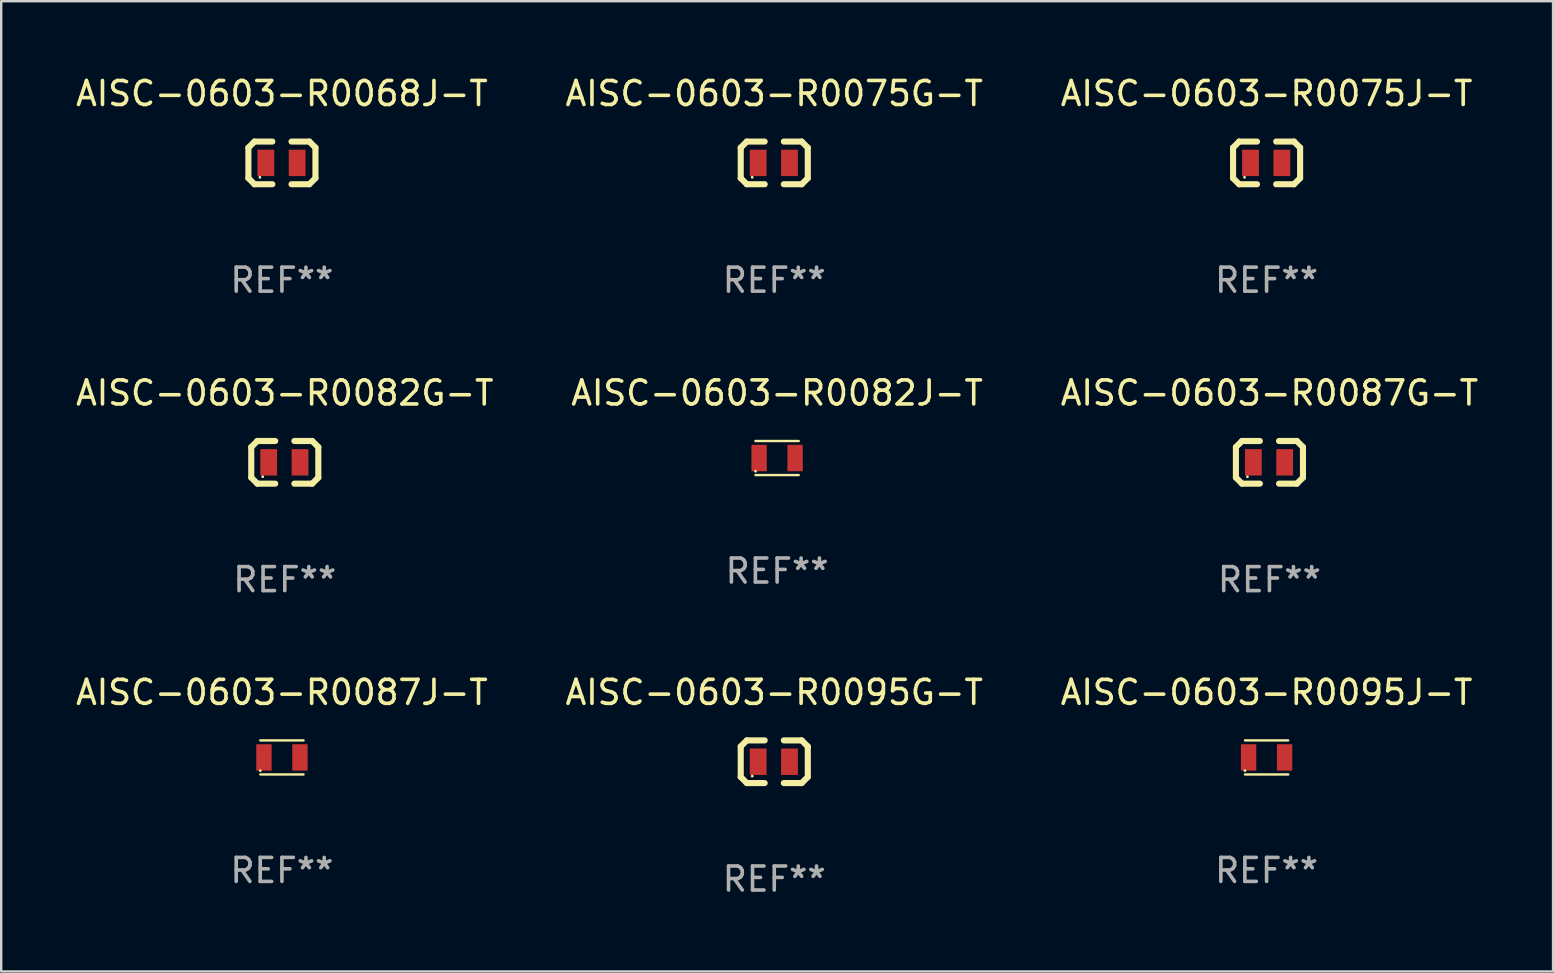
<source format=kicad_pcb>
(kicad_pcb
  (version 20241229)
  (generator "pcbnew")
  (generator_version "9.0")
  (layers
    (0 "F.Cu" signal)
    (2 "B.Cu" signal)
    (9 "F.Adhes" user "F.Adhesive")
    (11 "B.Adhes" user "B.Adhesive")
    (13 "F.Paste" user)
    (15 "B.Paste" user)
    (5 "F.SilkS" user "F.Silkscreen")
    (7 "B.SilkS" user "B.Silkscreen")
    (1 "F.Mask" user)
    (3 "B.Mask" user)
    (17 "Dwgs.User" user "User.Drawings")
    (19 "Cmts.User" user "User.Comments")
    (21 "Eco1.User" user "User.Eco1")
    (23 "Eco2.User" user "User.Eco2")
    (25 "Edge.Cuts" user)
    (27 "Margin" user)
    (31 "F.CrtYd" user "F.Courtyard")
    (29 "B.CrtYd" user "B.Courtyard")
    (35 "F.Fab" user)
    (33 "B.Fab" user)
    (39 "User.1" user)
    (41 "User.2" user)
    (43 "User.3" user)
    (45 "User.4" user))
  (footprint "AISC-0603-R0082J-T"
    (layer "F.Cu")
    (at 29.327 16.033)
    (property "Reference" "AISC-0603-R0082J-T" (at 0 -2.71 0) (layer "F.SilkS") (effects (font (size 1 1) (thickness 0.15))))
    (attr through_hole)
    (fp_line (start -0.9 -0.71) (end 0.9 -0.71) (stroke (width 0.1) (type solid)) (layer "F.SilkS"))
    (fp_line (start 0.9 0.71) (end -0.9 0.71) (stroke (width 0.1) (type solid)) (layer "F.SilkS"))
    (fp_circle (center -0.9 0.55) (end -0.87 0.55) (stroke (width 0.06) (type solid)) (fill no) (layer "F.SilkS"))
    (fp_text user "REF**" (at 0 4.71 0) (layer "F.Fab") (effects (font (size 1 1) (thickness 0.15))))
    (pad "1" smd rect (at -0.75 0) (size 0.64 1.1) (layers "F.Cu" "F.Mask" "F.Paste"))
    (pad "2" smd rect (at 0.75 0) (size 0.64 1.1) (layers "F.Cu" "F.Mask" "F.Paste")))
  (footprint "AISC-0603-R0095G-T"
    (layer "F.Cu")
    (at 29.208 28.686)
    (property "Reference" "AISC-0603-R0095G-T" (at 0 -2.889 0) (layer "F.SilkS") (effects (font (size 1 1) (thickness 0.15))))
    (attr through_hole)
    (fp_line (start -1.397 -0.635) (end -1.397 0.635) (stroke (width 0.254) (type solid)) (layer "F.SilkS"))
    (fp_line (start -1.397 0.635) (end -1.143 0.889) (stroke (width 0.254) (type solid)) (layer "F.SilkS"))
    (fp_line (start -1.143 -0.889) (end -1.397 -0.635) (stroke (width 0.254) (type solid)) (layer "F.SilkS"))
    (fp_line (start -1.143 -0.889) (end -0.399 -0.889) (stroke (width 0.254) (type solid)) (layer "F.SilkS"))
    (fp_line (start -1.143 0.889) (end -0.399 0.889) (stroke (width 0.254) (type solid)) (layer "F.SilkS"))
    (fp_line (start 1.143 -0.889) (end 0.399 -0.889) (stroke (width 0.254) (type solid)) (layer "F.SilkS"))
    (fp_line (start 1.143 0.889) (end 0.399 0.889) (stroke (width 0.254) (type solid)) (layer "F.SilkS"))
    (fp_line (start 1.143 0.889) (end 1.397 0.635) (stroke (width 0.254) (type solid)) (layer "F.SilkS"))
    (fp_line (start 1.397 -0.635) (end 1.143 -0.889) (stroke (width 0.254) (type solid)) (layer "F.SilkS"))
    (fp_line (start 1.397 0.635) (end 1.397 -0.635) (stroke (width 0.254) (type solid)) (layer "F.SilkS"))
    (fp_circle (center -0.918 0.6) (end -0.888 0.6) (stroke (width 0.06) (type solid)) (fill no) (layer "F.SilkS"))
    (fp_text user "REF**" (at 0 4.889 0) (layer "F.Fab") (effects (font (size 1 1) (thickness 0.15))))
    (pad "1" smd rect (at -0.67 0) (size 0.7 1.1) (layers "F.Cu" "F.Mask" "F.Paste"))
    (pad "2" smd rect (at 0.635 0) (size 0.7 1.1) (layers "F.Cu" "F.Mask" "F.Paste")))
  (footprint "AISC-0603-R0087G-T"
    (layer "F.Cu")
    (at 49.839 16.212)
    (property "Reference" "AISC-0603-R0087G-T" (at 0 -2.889 0) (layer "F.SilkS") (effects (font (size 1 1) (thickness 0.15))))
    (attr through_hole)
    (fp_line (start -1.397 -0.635) (end -1.397 0.635) (stroke (width 0.254) (type solid)) (layer "F.SilkS"))
    (fp_line (start -1.397 0.635) (end -1.143 0.889) (stroke (width 0.254) (type solid)) (layer "F.SilkS"))
    (fp_line (start -1.143 -0.889) (end -1.397 -0.635) (stroke (width 0.254) (type solid)) (layer "F.SilkS"))
    (fp_line (start -1.143 -0.889) (end -0.399 -0.889) (stroke (width 0.254) (type solid)) (layer "F.SilkS"))
    (fp_line (start -1.143 0.889) (end -0.399 0.889) (stroke (width 0.254) (type solid)) (layer "F.SilkS"))
    (fp_line (start 1.143 -0.889) (end 0.399 -0.889) (stroke (width 0.254) (type solid)) (layer "F.SilkS"))
    (fp_line (start 1.143 0.889) (end 0.399 0.889) (stroke (width 0.254) (type solid)) (layer "F.SilkS"))
    (fp_line (start 1.143 0.889) (end 1.397 0.635) (stroke (width 0.254) (type solid)) (layer "F.SilkS"))
    (fp_line (start 1.397 -0.635) (end 1.143 -0.889) (stroke (width 0.254) (type solid)) (layer "F.SilkS"))
    (fp_line (start 1.397 0.635) (end 1.397 -0.635) (stroke (width 0.254) (type solid)) (layer "F.SilkS"))
    (fp_circle (center -0.918 0.6) (end -0.888 0.6) (stroke (width 0.06) (type solid)) (fill no) (layer "F.SilkS"))
    (fp_text user "REF**" (at 0 4.889 0) (layer "F.Fab") (effects (font (size 1 1) (thickness 0.15))))
    (pad "1" smd rect (at -0.67 0) (size 0.7 1.1) (layers "F.Cu" "F.Mask" "F.Paste"))
    (pad "2" smd rect (at 0.635 0) (size 0.7 1.1) (layers "F.Cu" "F.Mask" "F.Paste")))
  (footprint "AISC-0603-R0087J-T"
    (layer "F.Cu")
    (at 8.696 28.507)
    (property "Reference" "AISC-0603-R0087J-T" (at 0 -2.71 0) (layer "F.SilkS") (effects (font (size 1 1) (thickness 0.15))))
    (attr through_hole)
    (fp_line (start -0.9 -0.71) (end 0.9 -0.71) (stroke (width 0.1) (type solid)) (layer "F.SilkS"))
    (fp_line (start 0.9 0.71) (end -0.9 0.71) (stroke (width 0.1) (type solid)) (layer "F.SilkS"))
    (fp_circle (center -0.9 0.55) (end -0.87 0.55) (stroke (width 0.06) (type solid)) (fill no) (layer "F.SilkS"))
    (fp_text user "REF**" (at 0 4.71 0) (layer "F.Fab") (effects (font (size 1 1) (thickness 0.15))))
    (pad "1" smd rect (at -0.75 0) (size 0.64 1.1) (layers "F.Cu" "F.Mask" "F.Paste"))
    (pad "2" smd rect (at 0.75 0) (size 0.64 1.1) (layers "F.Cu" "F.Mask" "F.Paste")))
  (footprint "AISC-0603-R0082G-T"
    (layer "F.Cu")
    (at 8.815 16.212)
    (property "Reference" "AISC-0603-R0082G-T" (at 0 -2.889 0) (layer "F.SilkS") (effects (font (size 1 1) (thickness 0.15))))
    (attr through_hole)
    (fp_line (start -1.397 -0.635) (end -1.397 0.635) (stroke (width 0.254) (type solid)) (layer "F.SilkS"))
    (fp_line (start -1.397 0.635) (end -1.143 0.889) (stroke (width 0.254) (type solid)) (layer "F.SilkS"))
    (fp_line (start -1.143 -0.889) (end -1.397 -0.635) (stroke (width 0.254) (type solid)) (layer "F.SilkS"))
    (fp_line (start -1.143 -0.889) (end -0.399 -0.889) (stroke (width 0.254) (type solid)) (layer "F.SilkS"))
    (fp_line (start -1.143 0.889) (end -0.399 0.889) (stroke (width 0.254) (type solid)) (layer "F.SilkS"))
    (fp_line (start 1.143 -0.889) (end 0.399 -0.889) (stroke (width 0.254) (type solid)) (layer "F.SilkS"))
    (fp_line (start 1.143 0.889) (end 0.399 0.889) (stroke (width 0.254) (type solid)) (layer "F.SilkS"))
    (fp_line (start 1.143 0.889) (end 1.397 0.635) (stroke (width 0.254) (type solid)) (layer "F.SilkS"))
    (fp_line (start 1.397 -0.635) (end 1.143 -0.889) (stroke (width 0.254) (type solid)) (layer "F.SilkS"))
    (fp_line (start 1.397 0.635) (end 1.397 -0.635) (stroke (width 0.254) (type solid)) (layer "F.SilkS"))
    (fp_circle (center -0.918 0.6) (end -0.888 0.6) (stroke (width 0.06) (type solid)) (fill no) (layer "F.SilkS"))
    (fp_text user "REF**" (at 0 4.889 0) (layer "F.Fab") (effects (font (size 1 1) (thickness 0.15))))
    (pad "1" smd rect (at -0.67 0) (size 0.7 1.1) (layers "F.Cu" "F.Mask" "F.Paste"))
    (pad "2" smd rect (at 0.635 0) (size 0.7 1.1) (layers "F.Cu" "F.Mask" "F.Paste")))
  (footprint "AISC-0603-R0075J-T"
    (layer "F.Cu")
    (at 49.72 3.737)
    (property "Reference" "AISC-0603-R0075J-T" (at 0 -2.889 0) (layer "F.SilkS") (effects (font (size 1 1) (thickness 0.15))))
    (attr through_hole)
    (fp_line (start -1.397 -0.635) (end -1.397 0.635) (stroke (width 0.254) (type solid)) (layer "F.SilkS"))
    (fp_line (start -1.397 0.635) (end -1.143 0.889) (stroke (width 0.254) (type solid)) (layer "F.SilkS"))
    (fp_line (start -1.143 -0.889) (end -1.397 -0.635) (stroke (width 0.254) (type solid)) (layer "F.SilkS"))
    (fp_line (start -1.143 -0.889) (end -0.399 -0.889) (stroke (width 0.254) (type solid)) (layer "F.SilkS"))
    (fp_line (start -1.143 0.889) (end -0.399 0.889) (stroke (width 0.254) (type solid)) (layer "F.SilkS"))
    (fp_line (start 1.143 -0.889) (end 0.399 -0.889) (stroke (width 0.254) (type solid)) (layer "F.SilkS"))
    (fp_line (start 1.143 0.889) (end 0.399 0.889) (stroke (width 0.254) (type solid)) (layer "F.SilkS"))
    (fp_line (start 1.143 0.889) (end 1.397 0.635) (stroke (width 0.254) (type solid)) (layer "F.SilkS"))
    (fp_line (start 1.397 -0.635) (end 1.143 -0.889) (stroke (width 0.254) (type solid)) (layer "F.SilkS"))
    (fp_line (start 1.397 0.635) (end 1.397 -0.635) (stroke (width 0.254) (type solid)) (layer "F.SilkS"))
    (fp_circle (center -0.918 0.6) (end -0.888 0.6) (stroke (width 0.06) (type solid)) (fill no) (layer "F.SilkS"))
    (fp_text user "REF**" (at 0 4.889 0) (layer "F.Fab") (effects (font (size 1 1) (thickness 0.15))))
    (pad "1" smd rect (at -0.67 0) (size 0.7 1.1) (layers "F.Cu" "F.Mask" "F.Paste"))
    (pad "2" smd rect (at 0.635 0) (size 0.7 1.1) (layers "F.Cu" "F.Mask" "F.Paste")))
  (footprint "AISC-0603-R0075G-T"
    (layer "F.Cu")
    (at 29.208 3.737)
    (property "Reference" "AISC-0603-R0075G-T" (at 0 -2.889 0) (layer "F.SilkS") (effects (font (size 1 1) (thickness 0.15))))
    (attr through_hole)
    (fp_line (start -1.397 -0.635) (end -1.397 0.635) (stroke (width 0.254) (type solid)) (layer "F.SilkS"))
    (fp_line (start -1.397 0.635) (end -1.143 0.889) (stroke (width 0.254) (type solid)) (layer "F.SilkS"))
    (fp_line (start -1.143 -0.889) (end -1.397 -0.635) (stroke (width 0.254) (type solid)) (layer "F.SilkS"))
    (fp_line (start -1.143 -0.889) (end -0.399 -0.889) (stroke (width 0.254) (type solid)) (layer "F.SilkS"))
    (fp_line (start -1.143 0.889) (end -0.399 0.889) (stroke (width 0.254) (type solid)) (layer "F.SilkS"))
    (fp_line (start 1.143 -0.889) (end 0.399 -0.889) (stroke (width 0.254) (type solid)) (layer "F.SilkS"))
    (fp_line (start 1.143 0.889) (end 0.399 0.889) (stroke (width 0.254) (type solid)) (layer "F.SilkS"))
    (fp_line (start 1.143 0.889) (end 1.397 0.635) (stroke (width 0.254) (type solid)) (layer "F.SilkS"))
    (fp_line (start 1.397 -0.635) (end 1.143 -0.889) (stroke (width 0.254) (type solid)) (layer "F.SilkS"))
    (fp_line (start 1.397 0.635) (end 1.397 -0.635) (stroke (width 0.254) (type solid)) (layer "F.SilkS"))
    (fp_circle (center -0.918 0.6) (end -0.888 0.6) (stroke (width 0.06) (type solid)) (fill no) (layer "F.SilkS"))
    (fp_text user "REF**" (at 0 4.889 0) (layer "F.Fab") (effects (font (size 1 1) (thickness 0.15))))
    (pad "1" smd rect (at -0.67 0) (size 0.7 1.1) (layers "F.Cu" "F.Mask" "F.Paste"))
    (pad "2" smd rect (at 0.635 0) (size 0.7 1.1) (layers "F.Cu" "F.Mask" "F.Paste")))
  (footprint "AISC-0603-R0095J-T"
    (layer "F.Cu")
    (at 49.72 28.507)
    (property "Reference" "AISC-0603-R0095J-T" (at 0 -2.71 0) (layer "F.SilkS") (effects (font (size 1 1) (thickness 0.15))))
    (attr through_hole)
    (fp_line (start -0.9 -0.71) (end 0.9 -0.71) (stroke (width 0.1) (type solid)) (layer "F.SilkS"))
    (fp_line (start 0.9 0.71) (end -0.9 0.71) (stroke (width 0.1) (type solid)) (layer "F.SilkS"))
    (fp_circle (center -0.9 0.55) (end -0.87 0.55) (stroke (width 0.06) (type solid)) (fill no) (layer "F.SilkS"))
    (fp_text user "REF**" (at 0 4.71 0) (layer "F.Fab") (effects (font (size 1 1) (thickness 0.15))))
    (pad "1" smd rect (at -0.75 0) (size 0.64 1.1) (layers "F.Cu" "F.Mask" "F.Paste"))
    (pad "2" smd rect (at 0.75 0) (size 0.64 1.1) (layers "F.Cu" "F.Mask" "F.Paste")))
  (footprint "AISC-0603-R0068J-T"
    (layer "F.Cu")
    (at 8.696 3.737)
    (property "Reference" "AISC-0603-R0068J-T" (at 0 -2.889 0) (layer "F.SilkS") (effects (font (size 1 1) (thickness 0.15))))
    (attr through_hole)
    (fp_line (start -1.397 -0.635) (end -1.397 0.635) (stroke (width 0.254) (type solid)) (layer "F.SilkS"))
    (fp_line (start -1.397 0.635) (end -1.143 0.889) (stroke (width 0.254) (type solid)) (layer "F.SilkS"))
    (fp_line (start -1.143 -0.889) (end -1.397 -0.635) (stroke (width 0.254) (type solid)) (layer "F.SilkS"))
    (fp_line (start -1.143 -0.889) (end -0.399 -0.889) (stroke (width 0.254) (type solid)) (layer "F.SilkS"))
    (fp_line (start -1.143 0.889) (end -0.399 0.889) (stroke (width 0.254) (type solid)) (layer "F.SilkS"))
    (fp_line (start 1.143 -0.889) (end 0.399 -0.889) (stroke (width 0.254) (type solid)) (layer "F.SilkS"))
    (fp_line (start 1.143 0.889) (end 0.399 0.889) (stroke (width 0.254) (type solid)) (layer "F.SilkS"))
    (fp_line (start 1.143 0.889) (end 1.397 0.635) (stroke (width 0.254) (type solid)) (layer "F.SilkS"))
    (fp_line (start 1.397 -0.635) (end 1.143 -0.889) (stroke (width 0.254) (type solid)) (layer "F.SilkS"))
    (fp_line (start 1.397 0.635) (end 1.397 -0.635) (stroke (width 0.254) (type solid)) (layer "F.SilkS"))
    (fp_circle (center -0.918 0.6) (end -0.888 0.6) (stroke (width 0.06) (type solid)) (fill no) (layer "F.SilkS"))
    (fp_text user "REF**" (at 0 4.889 0) (layer "F.Fab") (effects (font (size 1 1) (thickness 0.15))))
    (pad "1" smd rect (at -0.67 0) (size 0.7 1.1) (layers "F.Cu" "F.Mask" "F.Paste"))
    (pad "2" smd rect (at 0.635 0) (size 0.7 1.1) (layers "F.Cu" "F.Mask" "F.Paste")))
  (gr_rect
    (start -3 -3)
    (end 61.655 37.424)
    (stroke (width 0.1) (type default))
    (fill no)
    (layer "Edge.Cuts")))
</source>
